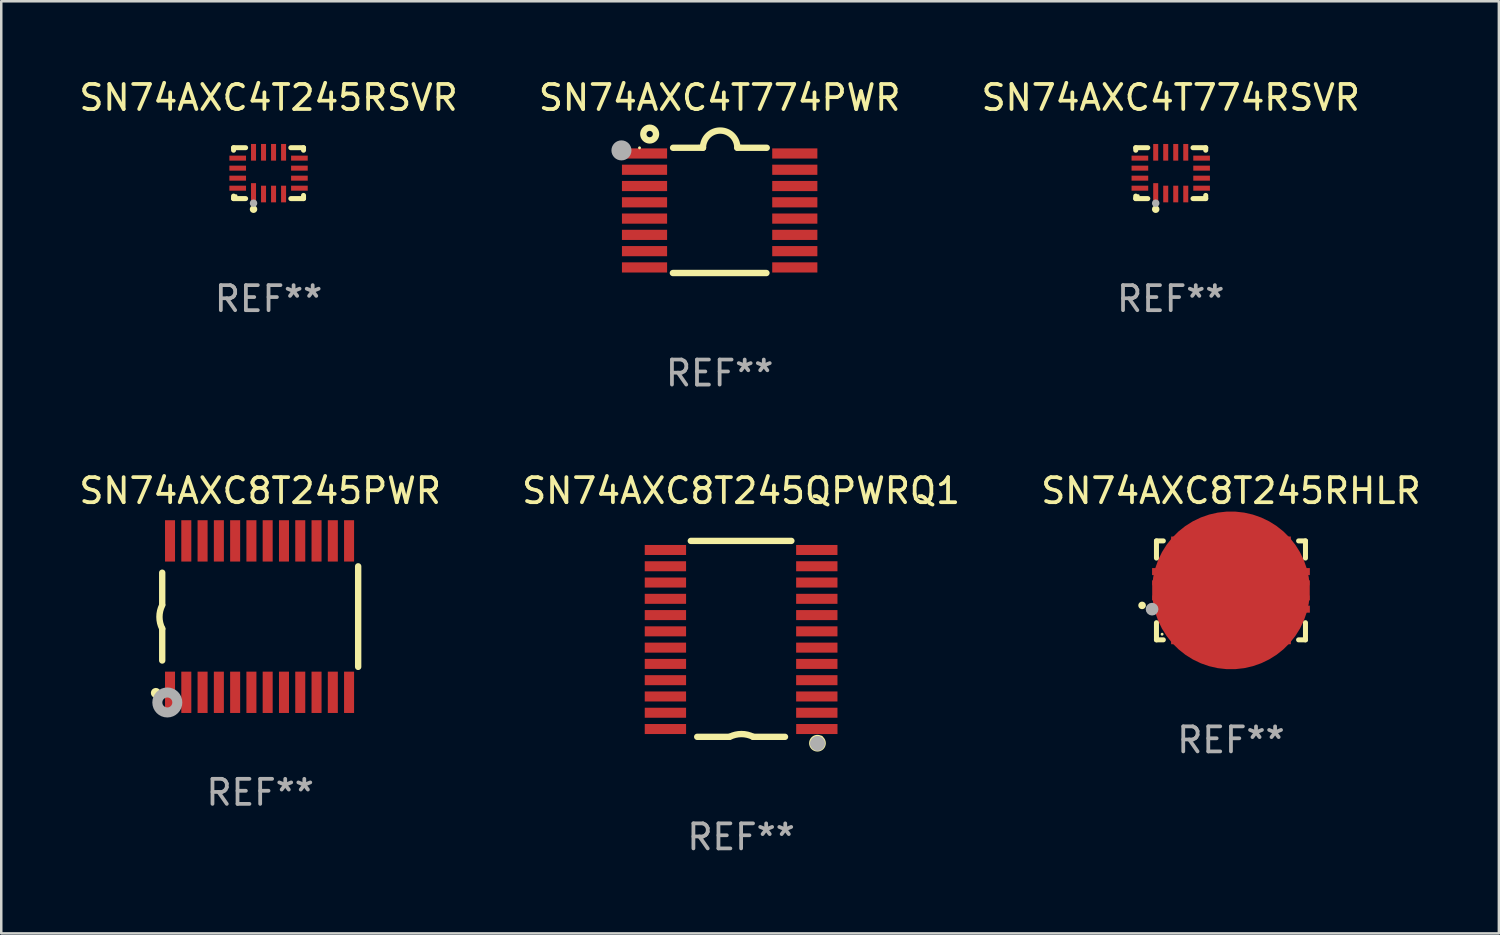
<source format=kicad_pcb>
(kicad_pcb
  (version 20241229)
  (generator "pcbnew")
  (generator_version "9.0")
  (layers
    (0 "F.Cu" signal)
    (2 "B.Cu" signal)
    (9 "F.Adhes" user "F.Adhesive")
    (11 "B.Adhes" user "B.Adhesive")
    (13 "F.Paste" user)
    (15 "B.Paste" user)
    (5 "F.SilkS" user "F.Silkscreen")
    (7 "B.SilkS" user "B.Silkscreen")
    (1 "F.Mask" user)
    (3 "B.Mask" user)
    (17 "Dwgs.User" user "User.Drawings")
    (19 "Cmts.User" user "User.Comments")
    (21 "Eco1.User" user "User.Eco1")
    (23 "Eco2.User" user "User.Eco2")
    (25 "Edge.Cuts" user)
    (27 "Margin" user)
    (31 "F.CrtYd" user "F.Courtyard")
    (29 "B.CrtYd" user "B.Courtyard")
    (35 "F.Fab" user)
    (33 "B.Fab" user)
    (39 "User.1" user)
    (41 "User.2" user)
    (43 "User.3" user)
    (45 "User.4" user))
  (footprint "SN74AXC8T245RHLR"
    (layer "F.Cu")
    (at 46.101 20.523)
    (property "Reference" "SN74AXC8T245RHLR" (at 0 -3.975 0) (layer "F.SilkS") (effects (font (size 1 1) (thickness 0.15))))
    (attr through_hole)
    (fp_line (start -2.975 -1.975) (end -2.975 -1.29) (stroke (width 0.2) (type solid)) (layer "F.SilkS"))
    (fp_line (start -2.975 1.975) (end -2.975 1.29) (stroke (width 0.2) (type solid)) (layer "F.SilkS"))
    (fp_line (start -2.7 -1.975) (end -2.975 -1.975) (stroke (width 0.2) (type solid)) (layer "F.SilkS"))
    (fp_line (start -2.7 1.975) (end -2.975 1.975) (stroke (width 0.2) (type solid)) (layer "F.SilkS"))
    (fp_line (start 2.975 -1.975) (end 2.7 -1.975) (stroke (width 0.2) (type solid)) (layer "F.SilkS"))
    (fp_line (start 2.975 -1.29) (end 2.975 -1.975) (stroke (width 0.2) (type solid)) (layer "F.SilkS"))
    (fp_line (start 2.975 1.29) (end 2.975 1.975) (stroke (width 0.2) (type solid)) (layer "F.SilkS"))
    (fp_line (start 2.975 1.975) (end 2.7 1.975) (stroke (width 0.2) (type solid)) (layer "F.SilkS"))
    (fp_arc (start -3.549987 0.6) (mid -3.548717 0.599995) (end -3.547447 0.6) (stroke (width 0.3) (type solid)) (layer "F.SilkS"))
    (fp_circle (center -2.75 1.75) (end -2.72 1.75) (stroke (width 0.06) (type solid)) (fill no) (layer "F.SilkS"))
    (fp_circle (center -3.15 0.75) (end -3.023 0.75) (stroke (width 0.254) (type solid)) (fill no) (layer "F.Fab"))
    (fp_text user "REF**" (at 0 5.975 0) (layer "F.Fab") (effects (font (size 1 1) (thickness 0.15))))
    (pad "1" smd rect (at -2.725 0.75 90) (size 0.28 0.85) (layers "F.Cu" "F.Mask" "F.Paste"))
    (pad "2" smd rect (at -2.25 1.725) (size 0.28 0.85) (layers "F.Cu" "F.Mask" "F.Paste"))
    (pad "3" smd rect (at -1.75 1.725) (size 0.28 0.85) (layers "F.Cu" "F.Mask" "F.Paste"))
    (pad "4" smd rect (at -1.25 1.725) (size 0.28 0.85) (layers "F.Cu" "F.Mask" "F.Paste"))
    (pad "5" smd rect (at -0.75 1.725) (size 0.28 0.85) (layers "F.Cu" "F.Mask" "F.Paste"))
    (pad "6" smd rect (at -0.25 1.725) (size 0.28 0.85) (layers "F.Cu" "F.Mask" "F.Paste"))
    (pad "7" smd rect (at 0.25 1.725) (size 0.28 0.85) (layers "F.Cu" "F.Mask" "F.Paste"))
    (pad "8" smd rect (at 0.75 1.725) (size 0.28 0.85) (layers "F.Cu" "F.Mask" "F.Paste"))
    (pad "9" smd rect (at 1.25 1.725) (size 0.28 0.85) (layers "F.Cu" "F.Mask" "F.Paste"))
    (pad "10" smd rect (at 1.75 1.725) (size 0.28 0.85) (layers "F.Cu" "F.Mask" "F.Paste"))
    (pad "11" smd rect (at 2.25 1.725) (size 0.28 0.85) (layers "F.Cu" "F.Mask" "F.Paste"))
    (pad "12" smd rect (at 2.725 0.75 90) (size 0.28 0.85) (layers "F.Cu" "F.Mask" "F.Paste"))
    (pad "13" smd rect (at 2.725 -0.75 90) (size 0.28 0.85) (layers "F.Cu" "F.Mask" "F.Paste"))
    (pad "14" smd rect (at 2.25 -1.725) (size 0.28 0.85) (layers "F.Cu" "F.Mask" "F.Paste"))
    (pad "15" smd rect (at 1.75 -1.725) (size 0.28 0.85) (layers "F.Cu" "F.Mask" "F.Paste"))
    (pad "16" smd rect (at 1.25 -1.725) (size 0.28 0.85) (layers "F.Cu" "F.Mask" "F.Paste"))
    (pad "17" smd rect (at 0.75 -1.725) (size 0.28 0.85) (layers "F.Cu" "F.Mask" "F.Paste"))
    (pad "18" smd rect (at 0.25 -1.725) (size 0.28 0.85) (layers "F.Cu" "F.Mask" "F.Paste"))
    (pad "19" smd rect (at -0.25 -1.725) (size 0.28 0.85) (layers "F.Cu" "F.Mask" "F.Paste"))
    (pad "20" smd rect (at -0.75 -1.725) (size 0.28 0.85) (layers "F.Cu" "F.Mask" "F.Paste"))
    (pad "21" smd rect (at -1.25 -1.725) (size 0.28 0.85) (layers "F.Cu" "F.Mask" "F.Paste"))
    (pad "22" smd rect (at -1.75 -1.725) (size 0.28 0.85) (layers "F.Cu" "F.Mask" "F.Paste"))
    (pad "23" smd rect (at -2.25 -1.725) (size 0.28 0.85) (layers "F.Cu" "F.Mask" "F.Paste"))
    (pad "24" smd rect (at -2.725 -0.75 90) (size 0.28 0.85) (layers "F.Cu" "F.Mask" "F.Paste"))
    (pad "25" smd custom (at 0 0) (size 6.3 2) (layers "F.Cu" "F.Mask" "F.Paste") (options (anchor circle)) (primitives (gr_poly (pts (xy -3.15 -0.4) (xy -3.15 -0.2) (xy -2.4 -0.2) (xy -2.4 0.2) (xy -3.15 0.2) (xy -3.15 0.4) (xy -2 0.4) (xy -2 1) (xy 2 1) (xy 2 0.4) (xy 3.15 0.4) (xy 3.15 0.2) (xy 2.4 0.2) (xy 2.4 -0.2) (xy 3.15 -0.2) (xy 3.15 -0.4) (xy 2 -0.4) (xy 2 -1) (xy -2 -1) (xy -2 -0.4)) (width 0) (fill yes)))))
  (footprint "SN74AXC8T245PWR"
    (layer "F.Cu")
    (at 7.339 21.57)
    (property "Reference" "SN74AXC8T245PWR" (at 0 -5.023 0) (layer "F.SilkS") (effects (font (size 1 1) (thickness 0.15))))
    (attr through_hole)
    (fp_line (start -3.912 -0.483) (end -3.912 -1.753) (stroke (width 0.254) (type solid)) (layer "F.SilkS"))
    (fp_line (start -3.912 1.753) (end -3.912 0.483) (stroke (width 0.254) (type solid)) (layer "F.SilkS"))
    (fp_line (start 3.912 -2.007) (end 3.912 2.007) (stroke (width 0.254) (type solid)) (layer "F.SilkS"))
    (fp_arc (start -3.911608 0.482601) (mid -4.022537 0.0127) (end -3.911608 -0.457201) (stroke (width 0.254001) (type solid)) (layer "F.SilkS"))
    (fp_circle (center -4.166 3.048) (end -4.066 3.048) (stroke (width 0.2) (type solid)) (fill no) (layer "F.SilkS"))
    (fp_circle (center -3.925 3.186) (end -3.895 3.186) (stroke (width 0.06) (type solid)) (fill no) (layer "F.SilkS"))
    (fp_circle (center -3.708 3.429) (end -3.509 3.429) (stroke (width 0.4) (type solid)) (fill no) (layer "F.Fab"))
    (fp_text user "REF**" (at 0 7.023 0) (layer "F.Fab") (effects (font (size 1 1) (thickness 0.15))))
    (pad "1" smd rect (at -3.6 3.023) (size 0.4 1.65) (layers "F.Cu" "F.Mask" "F.Paste"))
    (pad "2" smd rect (at -2.95 3.023) (size 0.4 1.65) (layers "F.Cu" "F.Mask" "F.Paste"))
    (pad "3" smd rect (at -2.3 3.023) (size 0.4 1.65) (layers "F.Cu" "F.Mask" "F.Paste"))
    (pad "4" smd rect (at -1.65 3.023) (size 0.4 1.65) (layers "F.Cu" "F.Mask" "F.Paste"))
    (pad "5" smd rect (at -1 3.023) (size 0.4 1.65) (layers "F.Cu" "F.Mask" "F.Paste"))
    (pad "6" smd rect (at -0.35 3.023) (size 0.4 1.65) (layers "F.Cu" "F.Mask" "F.Paste"))
    (pad "7" smd rect (at 0.299 3.023) (size 0.4 1.65) (layers "F.Cu" "F.Mask" "F.Paste"))
    (pad "8" smd rect (at 0.95 3.023) (size 0.4 1.65) (layers "F.Cu" "F.Mask" "F.Paste"))
    (pad "9" smd rect (at 1.6 3.023) (size 0.4 1.65) (layers "F.Cu" "F.Mask" "F.Paste"))
    (pad "10" smd rect (at 2.25 3.023) (size 0.4 1.65) (layers "F.Cu" "F.Mask" "F.Paste"))
    (pad "11" smd rect (at 2.9 3.023) (size 0.4 1.65) (layers "F.Cu" "F.Mask" "F.Paste"))
    (pad "12" smd rect (at 3.549 3.023) (size 0.4 1.65) (layers "F.Cu" "F.Mask" "F.Paste"))
    (pad "13" smd rect (at 3.549 -3.023) (size 0.4 1.65) (layers "F.Cu" "F.Mask" "F.Paste"))
    (pad "14" smd rect (at 2.9 -3.023) (size 0.4 1.65) (layers "F.Cu" "F.Mask" "F.Paste"))
    (pad "15" smd rect (at 2.25 -3.023) (size 0.4 1.65) (layers "F.Cu" "F.Mask" "F.Paste"))
    (pad "16" smd rect (at 1.6 -3.023) (size 0.4 1.65) (layers "F.Cu" "F.Mask" "F.Paste"))
    (pad "17" smd rect (at 0.95 -3.023) (size 0.4 1.65) (layers "F.Cu" "F.Mask" "F.Paste"))
    (pad "18" smd rect (at 0.299 -3.023) (size 0.4 1.65) (layers "F.Cu" "F.Mask" "F.Paste"))
    (pad "19" smd rect (at -0.35 -3.023) (size 0.4 1.65) (layers "F.Cu" "F.Mask" "F.Paste"))
    (pad "20" smd rect (at -1 -3.023) (size 0.4 1.65) (layers "F.Cu" "F.Mask" "F.Paste"))
    (pad "21" smd rect (at -1.65 -3.023) (size 0.4 1.65) (layers "F.Cu" "F.Mask" "F.Paste"))
    (pad "22" smd rect (at -2.3 -3.023) (size 0.4 1.65) (layers "F.Cu" "F.Mask" "F.Paste"))
    (pad "23" smd rect (at -2.95 -3.023) (size 0.4 1.65) (layers "F.Cu" "F.Mask" "F.Paste"))
    (pad "24" smd rect (at -3.6 -3.023) (size 0.4 1.65) (layers "F.Cu" "F.Mask" "F.Paste")))
  (footprint "SN74AXC4T774PWR"
    (layer "F.Cu")
    (at 25.685 5.35)
    (property "Reference" "SN74AXC4T774PWR" (at 0 -4.501 0) (layer "F.SilkS") (effects (font (size 1 1) (thickness 0.15))))
    (attr through_hole)
    (fp_line (start -1.868 2.501) (end 1.868 2.501) (stroke (width 0.254) (type solid)) (layer "F.SilkS"))
    (fp_line (start -1.86 -2.499) (end -0.666 -2.501) (stroke (width 0.254) (type solid)) (layer "F.SilkS"))
    (fp_line (start 0.706 -2.501) (end 1.88 -2.499) (stroke (width 0.254) (type solid)) (layer "F.SilkS"))
    (fp_arc (start -0.665914 -2.501448) (mid 0.019888 -3.18725) (end 0.70569 -2.501448) (stroke (width 0.254001) (type solid)) (layer "F.SilkS"))
    (fp_circle (center -3.2 -2.497) (end -3.17 -2.497) (stroke (width 0.06) (type solid)) (fill no) (layer "F.SilkS"))
    (fp_circle (center -2.794 -3.047) (end -2.54 -3.047) (stroke (width 0.254) (type solid)) (fill no) (layer "F.SilkS"))
    (fp_circle (center -3.921 -2.395) (end -3.721 -2.395) (stroke (width 0.4) (type solid)) (fill no) (layer "F.Fab"))
    (fp_text user "REF**" (at 0 6.501 0) (layer "F.Fab") (effects (font (size 1 1) (thickness 0.15))))
    (pad "1" smd rect (at -3 -2.272) (size 1.803 0.406) (layers "F.Cu" "F.Mask" "F.Paste"))
    (pad "2" smd rect (at -3 -1.622) (size 1.803 0.406) (layers "F.Cu" "F.Mask" "F.Paste"))
    (pad "3" smd rect (at -3 -0.972) (size 1.803 0.406) (layers "F.Cu" "F.Mask" "F.Paste"))
    (pad "4" smd rect (at -3 -0.322) (size 1.803 0.406) (layers "F.Cu" "F.Mask" "F.Paste"))
    (pad "5" smd rect (at -3 0.328) (size 1.803 0.406) (layers "F.Cu" "F.Mask" "F.Paste"))
    (pad "6" smd rect (at -3 0.978) (size 1.803 0.406) (layers "F.Cu" "F.Mask" "F.Paste"))
    (pad "7" smd rect (at -3 1.628) (size 1.803 0.406) (layers "F.Cu" "F.Mask" "F.Paste"))
    (pad "8" smd rect (at -3 2.278) (size 1.803 0.406) (layers "F.Cu" "F.Mask" "F.Paste"))
    (pad "9" smd rect (at 3 2.278) (size 1.803 0.406) (layers "F.Cu" "F.Mask" "F.Paste"))
    (pad "10" smd rect (at 3 1.628) (size 1.803 0.406) (layers "F.Cu" "F.Mask" "F.Paste"))
    (pad "11" smd rect (at 3 0.978) (size 1.803 0.406) (layers "F.Cu" "F.Mask" "F.Paste"))
    (pad "12" smd rect (at 3 0.328) (size 1.803 0.406) (layers "F.Cu" "F.Mask" "F.Paste"))
    (pad "13" smd rect (at 3 -0.322) (size 1.803 0.406) (layers "F.Cu" "F.Mask" "F.Paste"))
    (pad "14" smd rect (at 3 -0.972) (size 1.803 0.406) (layers "F.Cu" "F.Mask" "F.Paste"))
    (pad "15" smd rect (at 3 -1.622) (size 1.803 0.406) (layers "F.Cu" "F.Mask" "F.Paste"))
    (pad "16" smd rect (at 3 -2.272) (size 1.803 0.406) (layers "F.Cu" "F.Mask" "F.Paste")))
  (footprint "SN74AXC8T245QPWRQ1"
    (layer "F.Cu")
    (at 26.542 22.459)
    (property "Reference" "SN74AXC8T245QPWRQ1" (at 0 -5.912 0) (layer "F.SilkS") (effects (font (size 1 1) (thickness 0.15))))
    (attr through_hole)
    (fp_line (start -2.008 -3.912) (end 2.007 -3.912) (stroke (width 0.254) (type solid)) (layer "F.SilkS"))
    (fp_line (start -0.483 3.912) (end -1.753 3.912) (stroke (width 0.254) (type solid)) (layer "F.SilkS"))
    (fp_line (start 1.752 3.912) (end 0.482 3.912) (stroke (width 0.254) (type solid)) (layer "F.SilkS"))
    (fp_arc (start -0.457404 3.911595) (mid 0.012497 3.800666) (end 0.482398 3.911595) (stroke (width 0.254001) (type solid)) (layer "F.SilkS"))
    (fp_circle (center 3.048 4.166) (end 3.128 4.166) (stroke (width 0.254) (type solid)) (fill no) (layer "F.SilkS"))
    (fp_circle (center 3.2 3.926) (end 3.23 3.926) (stroke (width 0.06) (type solid)) (fill no) (layer "F.SilkS"))
    (fp_circle (center 3.05 4.176) (end 3.2 4.176) (stroke (width 0.3) (type solid)) (fill no) (layer "F.Fab"))
    (fp_text user "REF**" (at 0 7.912 0) (layer "F.Fab") (effects (font (size 1 1) (thickness 0.15))))
    (pad "1" smd rect (at 3.023 3.6 180) (size 1.65 0.4) (layers "F.Cu" "F.Mask" "F.Paste"))
    (pad "2" smd rect (at 3.022 2.95 180) (size 1.65 0.4) (layers "F.Cu" "F.Mask" "F.Paste"))
    (pad "3" smd rect (at 3.022 2.3 180) (size 1.65 0.4) (layers "F.Cu" "F.Mask" "F.Paste"))
    (pad "4" smd rect (at 3.022 1.65 180) (size 1.65 0.4) (layers "F.Cu" "F.Mask" "F.Paste"))
    (pad "5" smd rect (at 3.022 1 180) (size 1.65 0.4) (layers "F.Cu" "F.Mask" "F.Paste"))
    (pad "6" smd rect (at 3.022 0.35 180) (size 1.65 0.4) (layers "F.Cu" "F.Mask" "F.Paste"))
    (pad "7" smd rect (at 3.022 -0.3 180) (size 1.65 0.4) (layers "F.Cu" "F.Mask" "F.Paste"))
    (pad "8" smd rect (at 3.022 -0.949 180) (size 1.65 0.4) (layers "F.Cu" "F.Mask" "F.Paste"))
    (pad "9" smd rect (at 3.022 -1.599 180) (size 1.65 0.4) (layers "F.Cu" "F.Mask" "F.Paste"))
    (pad "10" smd rect (at 3.022 -2.249 180) (size 1.65 0.4) (layers "F.Cu" "F.Mask" "F.Paste"))
    (pad "11" smd rect (at 3.022 -2.899 180) (size 1.65 0.4) (layers "F.Cu" "F.Mask" "F.Paste"))
    (pad "12" smd rect (at 3.022 -3.549 180) (size 1.65 0.4) (layers "F.Cu" "F.Mask" "F.Paste"))
    (pad "13" smd rect (at -3.023 -3.549 180) (size 1.65 0.4) (layers "F.Cu" "F.Mask" "F.Paste"))
    (pad "14" smd rect (at -3.023 -2.899 180) (size 1.65 0.4) (layers "F.Cu" "F.Mask" "F.Paste"))
    (pad "15" smd rect (at -3.023 -2.249 180) (size 1.65 0.4) (layers "F.Cu" "F.Mask" "F.Paste"))
    (pad "16" smd rect (at -3.023 -1.599 180) (size 1.65 0.4) (layers "F.Cu" "F.Mask" "F.Paste"))
    (pad "17" smd rect (at -3.023 -0.949 180) (size 1.65 0.4) (layers "F.Cu" "F.Mask" "F.Paste"))
    (pad "18" smd rect (at -3.023 -0.3 180) (size 1.65 0.4) (layers "F.Cu" "F.Mask" "F.Paste"))
    (pad "19" smd rect (at -3.023 0.35 180) (size 1.65 0.4) (layers "F.Cu" "F.Mask" "F.Paste"))
    (pad "20" smd rect (at -3.023 1 180) (size 1.65 0.4) (layers "F.Cu" "F.Mask" "F.Paste"))
    (pad "21" smd rect (at -3.023 1.65 180) (size 1.65 0.4) (layers "F.Cu" "F.Mask" "F.Paste"))
    (pad "22" smd rect (at -3.023 2.3 180) (size 1.65 0.4) (layers "F.Cu" "F.Mask" "F.Paste"))
    (pad "23" smd rect (at -3.023 2.95 180) (size 1.65 0.4) (layers "F.Cu" "F.Mask" "F.Paste"))
    (pad "24" smd rect (at -3.023 3.6 180) (size 1.65 0.4) (layers "F.Cu" "F.Mask" "F.Paste")))
  (footprint "SN74AXC4T245RSVR"
    (layer "F.Cu")
    (at 7.673 3.864)
    (property "Reference" "SN74AXC4T245RSVR" (at 0 -3.016 0) (layer "F.SilkS") (effects (font (size 1 1) (thickness 0.15))))
    (attr through_hole)
    (fp_line (start -1.397 -1.016) (end -1.397 -0.916) (stroke (width 0.2) (type solid)) (layer "F.SilkS"))
    (fp_line (start -1.397 0.916) (end -1.397 1.016) (stroke (width 0.2) (type solid)) (layer "F.SilkS"))
    (fp_line (start -1.397 1.016) (end -0.916 1.016) (stroke (width 0.2) (type solid)) (layer "F.SilkS"))
    (fp_line (start -0.916 -1.016) (end -1.397 -1.016) (stroke (width 0.2) (type solid)) (layer "F.SilkS"))
    (fp_line (start 0.889 -1.016) (end 1.397 -1.016) (stroke (width 0.2) (type solid)) (layer "F.SilkS"))
    (fp_line (start 1.397 -1.016) (end 1.397 -0.916) (stroke (width 0.2) (type solid)) (layer "F.SilkS"))
    (fp_line (start 1.397 0.889) (end 1.397 1.016) (stroke (width 0.2) (type solid)) (layer "F.SilkS"))
    (fp_line (start 1.397 1.016) (end 0.889 1.016) (stroke (width 0.2) (type solid)) (layer "F.SilkS"))
    (fp_circle (center -1.3 0.9) (end -1.27 0.9) (stroke (width 0.06) (type solid)) (fill no) (layer "F.SilkS"))
    (fp_circle (center -0.6 1.44) (end -0.525 1.44) (stroke (width 0.15) (type solid)) (fill no) (layer "F.SilkS"))
    (fp_circle (center -0.6 1.2) (end -0.525 1.2) (stroke (width 0.15) (type solid)) (fill no) (layer "F.Fab"))
    (fp_text user "REF**" (at 0 5.016 0) (layer "F.Fab") (effects (font (size 1 1) (thickness 0.15))))
    (pad "1" smd rect (at -0.6 0.782) (size 0.2 0.765) (layers "F.Cu" "F.Mask" "F.Paste"))
    (pad "2" smd rect (at -0.2 0.833) (size 0.2 0.665) (layers "F.Cu" "F.Mask" "F.Paste"))
    (pad "3" smd rect (at 0.2 0.833) (size 0.2 0.665) (layers "F.Cu" "F.Mask" "F.Paste"))
    (pad "4" smd rect (at 0.6 0.833) (size 0.2 0.665) (layers "F.Cu" "F.Mask" "F.Paste"))
    (pad "5" smd rect (at 1.232 0.6) (size 0.665 0.2) (layers "F.Cu" "F.Mask" "F.Paste"))
    (pad "6" smd rect (at 1.232 0.2) (size 0.665 0.2) (layers "F.Cu" "F.Mask" "F.Paste"))
    (pad "7" smd rect (at 1.232 -0.2) (size 0.665 0.2) (layers "F.Cu" "F.Mask" "F.Paste"))
    (pad "8" smd rect (at 1.232 -0.6) (size 0.665 0.2) (layers "F.Cu" "F.Mask" "F.Paste"))
    (pad "9" smd rect (at 0.6 -0.833) (size 0.2 0.665) (layers "F.Cu" "F.Mask" "F.Paste"))
    (pad "10" smd rect (at 0.2 -0.833) (size 0.2 0.665) (layers "F.Cu" "F.Mask" "F.Paste"))
    (pad "11" smd rect (at -0.2 -0.833) (size 0.2 0.665) (layers "F.Cu" "F.Mask" "F.Paste"))
    (pad "12" smd rect (at -0.6 -0.833) (size 0.2 0.665) (layers "F.Cu" "F.Mask" "F.Paste"))
    (pad "13" smd rect (at -1.232 -0.6) (size 0.665 0.2) (layers "F.Cu" "F.Mask" "F.Paste"))
    (pad "14" smd rect (at -1.232 -0.2) (size 0.665 0.2) (layers "F.Cu" "F.Mask" "F.Paste"))
    (pad "15" smd rect (at -1.232 0.2) (size 0.665 0.2) (layers "F.Cu" "F.Mask" "F.Paste"))
    (pad "16" smd rect (at -1.232 0.6) (size 0.665 0.2) (layers "F.Cu" "F.Mask" "F.Paste")))
  (footprint "SN74AXC4T774RSVR"
    (layer "F.Cu")
    (at 43.696 3.864)
    (property "Reference" "SN74AXC4T774RSVR" (at 0 -3.016 0) (layer "F.SilkS") (effects (font (size 1 1) (thickness 0.15))))
    (attr through_hole)
    (fp_line (start -1.397 -1.016) (end -1.397 -0.916) (stroke (width 0.2) (type solid)) (layer "F.SilkS"))
    (fp_line (start -1.397 0.916) (end -1.397 1.016) (stroke (width 0.2) (type solid)) (layer "F.SilkS"))
    (fp_line (start -1.397 1.016) (end -0.916 1.016) (stroke (width 0.2) (type solid)) (layer "F.SilkS"))
    (fp_line (start -0.916 -1.016) (end -1.397 -1.016) (stroke (width 0.2) (type solid)) (layer "F.SilkS"))
    (fp_line (start 0.889 -1.016) (end 1.397 -1.016) (stroke (width 0.2) (type solid)) (layer "F.SilkS"))
    (fp_line (start 1.397 -1.016) (end 1.397 -0.916) (stroke (width 0.2) (type solid)) (layer "F.SilkS"))
    (fp_line (start 1.397 0.889) (end 1.397 1.016) (stroke (width 0.2) (type solid)) (layer "F.SilkS"))
    (fp_line (start 1.397 1.016) (end 0.889 1.016) (stroke (width 0.2) (type solid)) (layer "F.SilkS"))
    (fp_circle (center -1.3 0.9) (end -1.27 0.9) (stroke (width 0.06) (type solid)) (fill no) (layer "F.SilkS"))
    (fp_circle (center -0.6 1.44) (end -0.525 1.44) (stroke (width 0.15) (type solid)) (fill no) (layer "F.SilkS"))
    (fp_circle (center -0.6 1.2) (end -0.525 1.2) (stroke (width 0.15) (type solid)) (fill no) (layer "F.Fab"))
    (fp_text user "REF**" (at 0 5.016 0) (layer "F.Fab") (effects (font (size 1 1) (thickness 0.15))))
    (pad "1" smd rect (at -0.6 0.782) (size 0.2 0.765) (layers "F.Cu" "F.Mask" "F.Paste"))
    (pad "2" smd rect (at -0.2 0.833) (size 0.2 0.665) (layers "F.Cu" "F.Mask" "F.Paste"))
    (pad "3" smd rect (at 0.2 0.833) (size 0.2 0.665) (layers "F.Cu" "F.Mask" "F.Paste"))
    (pad "4" smd rect (at 0.6 0.833) (size 0.2 0.665) (layers "F.Cu" "F.Mask" "F.Paste"))
    (pad "5" smd rect (at 1.232 0.6) (size 0.665 0.2) (layers "F.Cu" "F.Mask" "F.Paste"))
    (pad "6" smd rect (at 1.232 0.2) (size 0.665 0.2) (layers "F.Cu" "F.Mask" "F.Paste"))
    (pad "7" smd rect (at 1.232 -0.2) (size 0.665 0.2) (layers "F.Cu" "F.Mask" "F.Paste"))
    (pad "8" smd rect (at 1.232 -0.6) (size 0.665 0.2) (layers "F.Cu" "F.Mask" "F.Paste"))
    (pad "9" smd rect (at 0.6 -0.833) (size 0.2 0.665) (layers "F.Cu" "F.Mask" "F.Paste"))
    (pad "10" smd rect (at 0.2 -0.833) (size 0.2 0.665) (layers "F.Cu" "F.Mask" "F.Paste"))
    (pad "11" smd rect (at -0.2 -0.833) (size 0.2 0.665) (layers "F.Cu" "F.Mask" "F.Paste"))
    (pad "12" smd rect (at -0.6 -0.833) (size 0.2 0.665) (layers "F.Cu" "F.Mask" "F.Paste"))
    (pad "13" smd rect (at -1.232 -0.6) (size 0.665 0.2) (layers "F.Cu" "F.Mask" "F.Paste"))
    (pad "14" smd rect (at -1.232 -0.2) (size 0.665 0.2) (layers "F.Cu" "F.Mask" "F.Paste"))
    (pad "15" smd rect (at -1.232 0.2) (size 0.665 0.2) (layers "F.Cu" "F.Mask" "F.Paste"))
    (pad "16" smd rect (at -1.232 0.6) (size 0.665 0.2) (layers "F.Cu" "F.Mask" "F.Paste")))
  (gr_rect
    (start -3 -3)
    (end 56.798 34.219)
    (stroke (width 0.1) (type default))
    (fill no)
    (layer "Edge.Cuts")))
</source>
